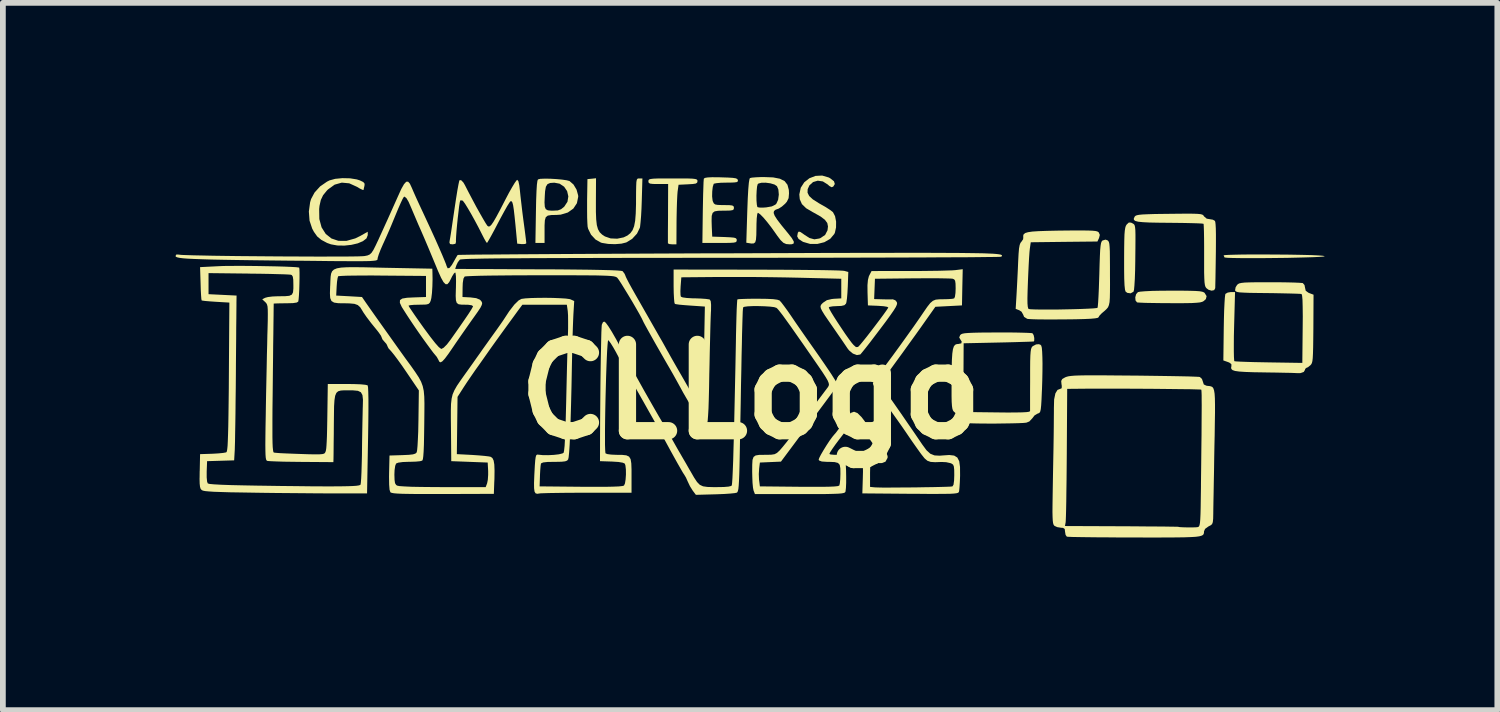
<source format=kicad_pcb>
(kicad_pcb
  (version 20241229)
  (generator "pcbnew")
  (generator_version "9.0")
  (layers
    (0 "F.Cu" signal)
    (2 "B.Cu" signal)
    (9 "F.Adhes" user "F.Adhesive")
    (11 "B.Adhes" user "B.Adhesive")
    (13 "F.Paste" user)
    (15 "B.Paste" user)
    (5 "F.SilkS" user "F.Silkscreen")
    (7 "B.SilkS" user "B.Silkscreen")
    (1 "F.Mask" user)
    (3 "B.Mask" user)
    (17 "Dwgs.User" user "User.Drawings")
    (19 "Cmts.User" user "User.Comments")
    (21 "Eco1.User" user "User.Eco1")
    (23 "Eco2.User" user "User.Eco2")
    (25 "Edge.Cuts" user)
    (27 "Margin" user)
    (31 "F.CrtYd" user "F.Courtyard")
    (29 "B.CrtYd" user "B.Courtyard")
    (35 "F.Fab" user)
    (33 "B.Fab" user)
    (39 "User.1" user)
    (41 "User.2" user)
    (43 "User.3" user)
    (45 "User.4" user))
  (footprint "CLLogo"
    (layer "F.Cu")
    (at 9.994 3.755)
    (property "Reference" "CLLogo" (at 0 0 0) (layer "F.SilkS") (effects (font (size 1.5 1.5) (thickness 0.3))))
    (attr board_only exclude_from_pos_files exclude_from_bom)
    (fp_poly (pts (xy 9.098 -2.383) (xy 9.358 -2.381) (xy 9.573 -2.377) (xy 9.742 -2.373) (xy 9.866 -2.367) (xy 9.942 -2.361) (xy 9.97 -2.354) (xy 9.97 -2.352) (xy 9.944 -2.347) (xy 9.876 -2.342) (xy 9.772 -2.337) (xy 9.641 -2.333) (xy 9.487 -2.329) (xy 9.318 -2.325) (xy 9.141 -2.323) (xy 8.963 -2.321) (xy 8.789 -2.32) (xy 8.628 -2.32) (xy 8.485 -2.321) (xy 8.368 -2.323) (xy 8.283 -2.326) (xy 8.236 -2.331) (xy 8.23 -2.333) (xy 8.215 -2.368) (xy 8.215 -2.369) (xy 8.238 -2.373) (xy 8.305 -2.377) (xy 8.41 -2.38) (xy 8.547 -2.383) (xy 8.711 -2.384) (xy 8.897 -2.384)) (stroke (width 0) (type solid)) (fill yes) (layer "F.SilkS"))
    (fp_poly (pts (xy 7.489 -1.755) (xy 7.626 -1.753) (xy 7.726 -1.75) (xy 7.797 -1.745) (xy 7.843 -1.737) (xy 7.871 -1.726) (xy 7.884 -1.717) (xy 7.919 -1.66) (xy 7.906 -1.608) (xy 7.868 -1.574) (xy 7.843 -1.561) (xy 7.804 -1.551) (xy 7.745 -1.545) (xy 7.661 -1.54) (xy 7.543 -1.538) (xy 7.387 -1.537) (xy 7.277 -1.538) (xy 7.119 -1.539) (xy 6.976 -1.541) (xy 6.857 -1.543) (xy 6.768 -1.547) (xy 6.718 -1.55) (xy 6.71 -1.552) (xy 6.684 -1.585) (xy 6.68 -1.64) (xy 6.695 -1.695) (xy 6.726 -1.73) (xy 6.767 -1.738) (xy 6.851 -1.745) (xy 6.972 -1.751) (xy 7.127 -1.754) (xy 7.308 -1.755) (xy 7.31 -1.755)) (stroke (width 0) (type solid)) (fill yes) (layer "F.SilkS"))
    (fp_poly (pts (xy 6.607 -2.937) (xy 6.626 -2.928) (xy 6.644 -2.918) (xy 6.659 -2.907) (xy 6.669 -2.889) (xy 6.676 -2.858) (xy 6.681 -2.808) (xy 6.683 -2.733) (xy 6.683 -2.628) (xy 6.682 -2.486) (xy 6.68 -2.303) (xy 6.68 -2.279) (xy 6.677 -2.107) (xy 6.672 -1.961) (xy 6.665 -1.846) (xy 6.658 -1.77) (xy 6.649 -1.737) (xy 6.599 -1.709) (xy 6.541 -1.717) (xy 6.511 -1.74) (xy 6.501 -1.774) (xy 6.493 -1.848) (xy 6.488 -1.965) (xy 6.486 -2.126) (xy 6.486 -2.313) (xy 6.487 -2.491) (xy 6.489 -2.628) (xy 6.492 -2.729) (xy 6.498 -2.8) (xy 6.506 -2.849) (xy 6.516 -2.881) (xy 6.53 -2.903) (xy 6.53 -2.904) (xy 6.568 -2.939)) (stroke (width 0) (type solid)) (fill yes) (layer "F.SilkS"))
    (fp_poly (pts (xy -1.199 -3.705) (xy -1.088 -3.704) (xy -1.012 -3.701) (xy -0.964 -3.695) (xy -0.938 -3.686) (xy -0.928 -3.673) (xy -0.926 -3.658) (xy -0.932 -3.632) (xy -0.956 -3.616) (xy -1.009 -3.608) (xy -1.091 -3.603) (xy -1.255 -3.595) (xy -1.272 -3.474) (xy -1.277 -3.407) (xy -1.282 -3.303) (xy -1.286 -3.174) (xy -1.289 -3.031) (xy -1.29 -2.956) (xy -1.292 -2.56) (xy -1.365 -2.56) (xy -1.417 -2.565) (xy -1.44 -2.578) (xy -1.44 -2.578) (xy -1.44 -2.607) (xy -1.44 -2.677) (xy -1.44 -2.781) (xy -1.439 -2.911) (xy -1.438 -3.059) (xy -1.438 -3.102) (xy -1.436 -3.608) (xy -1.608 -3.608) (xy -1.698 -3.609) (xy -1.749 -3.615) (xy -1.773 -3.628) (xy -1.779 -3.652) (xy -1.779 -3.656) (xy -1.777 -3.674) (xy -1.766 -3.687) (xy -1.74 -3.695) (xy -1.692 -3.701) (xy -1.615 -3.704) (xy -1.502 -3.705) (xy -1.353 -3.705)) (stroke (width 0) (type solid)) (fill yes) (layer "F.SilkS"))
    (fp_poly (pts (xy -6.963 -3.707) (xy -6.845 -3.688) (xy -6.792 -3.671) (xy -6.732 -3.642) (xy -6.709 -3.613) (xy -6.712 -3.577) (xy -6.724 -3.527) (xy -6.727 -3.505) (xy -6.746 -3.507) (xy -6.794 -3.53) (xy -6.842 -3.559) (xy -6.976 -3.62) (xy -7.106 -3.632) (xy -7.23 -3.597) (xy -7.345 -3.514) (xy -7.365 -3.494) (xy -7.431 -3.413) (xy -7.47 -3.331) (xy -7.493 -3.229) (xy -7.499 -3.173) (xy -7.496 -2.999) (xy -7.457 -2.855) (xy -7.385 -2.741) (xy -7.286 -2.662) (xy -7.165 -2.621) (xy -7.025 -2.62) (xy -6.872 -2.663) (xy -6.784 -2.706) (xy -6.655 -2.779) (xy -6.655 -2.719) (xy -6.677 -2.663) (xy -6.739 -2.615) (xy -6.829 -2.577) (xy -6.94 -2.551) (xy -7.061 -2.538) (xy -7.182 -2.54) (xy -7.294 -2.56) (xy -7.361 -2.584) (xy -7.462 -2.638) (xy -7.533 -2.697) (xy -7.59 -2.777) (xy -7.62 -2.833) (xy -7.666 -2.971) (xy -7.678 -3.13) (xy -7.656 -3.291) (xy -7.64 -3.346) (xy -7.579 -3.46) (xy -7.483 -3.566) (xy -7.363 -3.649) (xy -7.319 -3.671) (xy -7.22 -3.698) (xy -7.095 -3.71)) (stroke (width 0) (type solid)) (fill yes) (layer "F.SilkS"))
    (fp_poly (pts (xy -2.691 -3.298) (xy -2.691 -3.125) (xy -2.686 -2.993) (xy -2.675 -2.895) (xy -2.655 -2.823) (xy -2.625 -2.77) (xy -2.583 -2.729) (xy -2.534 -2.697) (xy -2.436 -2.663) (xy -2.321 -2.658) (xy -2.209 -2.681) (xy -2.143 -2.713) (xy -2.092 -2.754) (xy -2.054 -2.806) (xy -2.027 -2.875) (xy -2.009 -2.969) (xy -1.999 -3.094) (xy -1.994 -3.259) (xy -1.994 -3.333) (xy -1.993 -3.475) (xy -1.991 -3.575) (xy -1.988 -3.641) (xy -1.981 -3.68) (xy -1.97 -3.699) (xy -1.953 -3.705) (xy -1.938 -3.705) (xy -1.883 -3.705) (xy -1.894 -3.321) (xy -1.899 -3.182) (xy -1.906 -3.053) (xy -1.915 -2.946) (xy -1.923 -2.871) (xy -1.927 -2.849) (xy -1.977 -2.746) (xy -2.061 -2.655) (xy -2.163 -2.593) (xy -2.247 -2.572) (xy -2.358 -2.563) (xy -2.476 -2.567) (xy -2.581 -2.584) (xy -2.603 -2.59) (xy -2.697 -2.643) (xy -2.776 -2.728) (xy -2.826 -2.83) (xy -2.835 -2.867) (xy -2.839 -2.925) (xy -2.843 -3.021) (xy -2.844 -3.141) (xy -2.844 -3.276) (xy -2.844 -3.327) (xy -2.838 -3.693) (xy -2.764 -3.7) (xy -2.689 -3.708)) (stroke (width 0) (type solid)) (fill yes) (layer "F.SilkS"))
    (fp_poly (pts (xy -3.486 -3.7) (xy -3.381 -3.694) (xy -3.282 -3.685) (xy -3.2 -3.673) (xy -3.15 -3.66) (xy -3.149 -3.659) (xy -3.08 -3.599) (xy -3.027 -3.51) (xy -3 -3.412) (xy -2.998 -3.388) (xy -3.021 -3.275) (xy -3.083 -3.181) (xy -3.179 -3.113) (xy -3.302 -3.076) (xy -3.373 -3.071) (xy -3.466 -3.069) (xy -3.527 -3.059) (xy -3.562 -3.031) (xy -3.578 -2.977) (xy -3.583 -2.889) (xy -3.583 -2.813) (xy -3.583 -2.584) (xy -3.663 -2.584) (xy -3.742 -2.584) (xy -3.733 -3.126) (xy -3.73 -3.288) (xy -3.584 -3.288) (xy -3.579 -3.213) (xy -3.562 -3.171) (xy -3.526 -3.151) (xy -3.468 -3.145) (xy -3.436 -3.145) (xy -3.353 -3.149) (xy -3.296 -3.17) (xy -3.243 -3.213) (xy -3.24 -3.216) (xy -3.185 -3.3) (xy -3.17 -3.393) (xy -3.191 -3.484) (xy -3.243 -3.561) (xy -3.322 -3.614) (xy -3.413 -3.631) (xy -3.486 -3.626) (xy -3.532 -3.606) (xy -3.56 -3.561) (xy -3.574 -3.482) (xy -3.579 -3.402) (xy -3.584 -3.288) (xy -3.73 -3.288) (xy -3.729 -3.33) (xy -3.723 -3.486) (xy -3.716 -3.597) (xy -3.707 -3.664) (xy -3.697 -3.688) (xy -3.657 -3.698) (xy -3.582 -3.701)) (stroke (width 0) (type solid)) (fill yes) (layer "F.SilkS"))
    (fp_poly (pts (xy 1.356 -3.721) (xy 1.383 -3.705) (xy 1.445 -3.656) (xy 1.46 -3.608) (xy 1.433 -3.564) (xy 1.405 -3.552) (xy 1.366 -3.573) (xy 1.336 -3.6) (xy 1.252 -3.653) (xy 1.164 -3.666) (xy 1.082 -3.642) (xy 1.018 -3.584) (xy 0.988 -3.518) (xy 0.986 -3.457) (xy 1.014 -3.4) (xy 1.078 -3.341) (xy 1.182 -3.275) (xy 1.215 -3.256) (xy 1.303 -3.206) (xy 1.377 -3.158) (xy 1.424 -3.122) (xy 1.429 -3.116) (xy 1.464 -3.049) (xy 1.482 -2.955) (xy 1.481 -2.853) (xy 1.461 -2.762) (xy 1.45 -2.739) (xy 1.379 -2.655) (xy 1.278 -2.597) (xy 1.157 -2.567) (xy 1.031 -2.567) (xy 0.911 -2.602) (xy 0.896 -2.61) (xy 0.83 -2.654) (xy 0.806 -2.699) (xy 0.817 -2.76) (xy 0.819 -2.764) (xy 0.834 -2.782) (xy 0.863 -2.774) (xy 0.917 -2.737) (xy 0.923 -2.732) (xy 1.019 -2.67) (xy 1.104 -2.647) (xy 1.189 -2.661) (xy 1.209 -2.668) (xy 1.291 -2.723) (xy 1.333 -2.804) (xy 1.341 -2.871) (xy 1.329 -2.93) (xy 1.288 -2.986) (xy 1.213 -3.043) (xy 1.098 -3.108) (xy 1.079 -3.118) (xy 0.962 -3.187) (xy 0.888 -3.259) (xy 0.851 -3.343) (xy 0.843 -3.427) (xy 0.868 -3.543) (xy 0.929 -3.638) (xy 1.018 -3.708) (xy 1.125 -3.749) (xy 1.24 -3.755)) (stroke (width 0) (type solid)) (fill yes) (layer "F.SilkS"))
    (fp_poly (pts (xy 7.696 -3.092) (xy 7.768 -3.089) (xy 7.816 -3.084) (xy 7.845 -3.076) (xy 7.862 -3.065) (xy 7.872 -3.049) (xy 7.873 -3.047) (xy 7.921 -3.006) (xy 7.969 -2.998) (xy 8.028 -2.988) (xy 8.063 -2.968) (xy 8.07 -2.948) (xy 8.075 -2.905) (xy 8.079 -2.836) (xy 8.081 -2.737) (xy 8.081 -2.604) (xy 8.08 -2.435) (xy 8.077 -2.226) (xy 8.073 -1.973) (xy 8.069 -1.798) (xy 8.05 -1.764) (xy 8.005 -1.755) (xy 7.952 -1.771) (xy 7.914 -1.8) (xy 7.9 -1.82) (xy 7.89 -1.851) (xy 7.883 -1.899) (xy 7.879 -1.972) (xy 7.876 -2.074) (xy 7.876 -2.213) (xy 7.876 -2.374) (xy 7.876 -2.53) (xy 7.875 -2.669) (xy 7.873 -2.783) (xy 7.87 -2.867) (xy 7.867 -2.912) (xy 7.865 -2.917) (xy 7.838 -2.921) (xy 7.769 -2.925) (xy 7.666 -2.928) (xy 7.534 -2.931) (xy 7.381 -2.933) (xy 7.279 -2.934) (xy 7.081 -2.936) (xy 6.926 -2.939) (xy 6.811 -2.945) (xy 6.731 -2.953) (xy 6.681 -2.966) (xy 6.657 -2.984) (xy 6.654 -3.007) (xy 6.667 -3.036) (xy 6.67 -3.042) (xy 6.683 -3.055) (xy 6.706 -3.065) (xy 6.746 -3.073) (xy 6.807 -3.079) (xy 6.898 -3.083) (xy 7.022 -3.087) (xy 7.187 -3.089) (xy 7.272 -3.09) (xy 7.454 -3.092) (xy 7.593 -3.093)) (stroke (width 0) (type solid)) (fill yes) (layer "F.SilkS"))
    (fp_poly (pts (xy -0.55 -3.725) (xy -0.519 -3.724) (xy -0.395 -3.72) (xy -0.312 -3.715) (xy -0.261 -3.707) (xy -0.235 -3.695) (xy -0.225 -3.677) (xy -0.224 -3.675) (xy -0.225 -3.654) (xy -0.244 -3.641) (xy -0.289 -3.635) (xy -0.37 -3.632) (xy -0.423 -3.632) (xy -0.519 -3.63) (xy -0.595 -3.623) (xy -0.639 -3.614) (xy -0.644 -3.611) (xy -0.661 -3.558) (xy -0.67 -3.479) (xy -0.672 -3.393) (xy -0.664 -3.323) (xy -0.659 -3.306) (xy -0.643 -3.272) (xy -0.619 -3.253) (xy -0.575 -3.245) (xy -0.498 -3.242) (xy -0.464 -3.242) (xy -0.374 -3.241) (xy -0.322 -3.235) (xy -0.299 -3.221) (xy -0.293 -3.197) (xy -0.293 -3.193) (xy -0.297 -3.168) (xy -0.317 -3.154) (xy -0.362 -3.147) (xy -0.443 -3.145) (xy -0.475 -3.145) (xy -0.567 -3.143) (xy -0.628 -3.133) (xy -0.663 -3.106) (xy -0.679 -3.054) (xy -0.681 -2.968) (xy -0.678 -2.864) (xy -0.67 -2.694) (xy -0.457 -2.687) (xy -0.354 -2.682) (xy -0.291 -2.676) (xy -0.258 -2.665) (xy -0.245 -2.647) (xy -0.244 -2.632) (xy -0.247 -2.612) (xy -0.261 -2.598) (xy -0.295 -2.59) (xy -0.356 -2.586) (xy -0.453 -2.584) (xy -0.542 -2.584) (xy -0.841 -2.584) (xy -0.834 -3.126) (xy -0.831 -3.285) (xy -0.828 -3.429) (xy -0.824 -3.549) (xy -0.821 -3.639) (xy -0.817 -3.691) (xy -0.816 -3.7) (xy -0.798 -3.714) (xy -0.752 -3.722) (xy -0.671 -3.726)) (stroke (width 0) (type solid)) (fill yes) (layer "F.SilkS"))
    (fp_poly (pts (xy 0.387 -3.723) (xy 0.505 -3.7) (xy 0.587 -3.659) (xy 0.637 -3.595) (xy 0.661 -3.505) (xy 0.664 -3.446) (xy 0.657 -3.363) (xy 0.627 -3.301) (xy 0.597 -3.266) (xy 0.54 -3.216) (xy 0.487 -3.182) (xy 0.477 -3.178) (xy 0.43 -3.161) (xy 0.403 -3.138) (xy 0.397 -3.105) (xy 0.415 -3.057) (xy 0.459 -2.988) (xy 0.531 -2.894) (xy 0.633 -2.769) (xy 0.645 -2.755) (xy 0.713 -2.668) (xy 0.746 -2.611) (xy 0.747 -2.577) (xy 0.716 -2.562) (xy 0.675 -2.56) (xy 0.615 -2.565) (xy 0.566 -2.587) (xy 0.517 -2.634) (xy 0.457 -2.713) (xy 0.437 -2.742) (xy 0.363 -2.846) (xy 0.289 -2.942) (xy 0.222 -3.022) (xy 0.166 -3.079) (xy 0.129 -3.106) (xy 0.12 -3.107) (xy 0.111 -3.078) (xy 0.103 -3.011) (xy 0.099 -2.918) (xy 0.098 -2.841) (xy 0.096 -2.721) (xy 0.09 -2.642) (xy 0.077 -2.596) (xy 0.051 -2.576) (xy 0.011 -2.574) (xy -0.021 -2.579) (xy -0.078 -2.588) (xy -0.061 -3.14) (xy -0.053 -3.351) (xy -0.05 -3.406) (xy 0.098 -3.406) (xy 0.099 -3.32) (xy 0.105 -3.249) (xy 0.114 -3.209) (xy 0.116 -3.207) (xy 0.148 -3.199) (xy 0.213 -3.198) (xy 0.268 -3.202) (xy 0.365 -3.219) (xy 0.426 -3.249) (xy 0.445 -3.268) (xy 0.475 -3.335) (xy 0.487 -3.424) (xy 0.479 -3.512) (xy 0.455 -3.57) (xy 0.412 -3.599) (xy 0.341 -3.62) (xy 0.26 -3.631) (xy 0.185 -3.63) (xy 0.132 -3.616) (xy 0.12 -3.605) (xy 0.109 -3.564) (xy 0.102 -3.493) (xy 0.098 -3.406) (xy -0.05 -3.406) (xy -0.044 -3.514) (xy -0.034 -3.628) (xy -0.023 -3.694) (xy -0.015 -3.711) (xy 0.02 -3.719) (xy 0.092 -3.725) (xy 0.186 -3.729) (xy 0.226 -3.729)) (stroke (width 0) (type solid)) (fill yes) (layer "F.SilkS"))
    (fp_poly (pts (xy -4.038 -3.657) (xy -4.022 -3.585) (xy -4.011 -3.492) (xy -4.001 -3.395) (xy -3.986 -3.266) (xy -3.969 -3.121) (xy -3.95 -2.974) (xy -3.947 -2.952) (xy -3.93 -2.826) (xy -3.916 -2.717) (xy -3.906 -2.634) (xy -3.901 -2.586) (xy -3.9 -2.579) (xy -3.921 -2.566) (xy -3.973 -2.564) (xy -3.979 -2.564) (xy -4.058 -2.572) (xy -4.088 -2.889) (xy -4.104 -3.045) (xy -4.117 -3.159) (xy -4.129 -3.237) (xy -4.141 -3.284) (xy -4.154 -3.306) (xy -4.169 -3.311) (xy -4.173 -3.309) (xy -4.193 -3.286) (xy -4.231 -3.226) (xy -4.281 -3.137) (xy -4.341 -3.027) (xy -4.386 -2.942) (xy -4.448 -2.823) (xy -4.503 -2.721) (xy -4.547 -2.642) (xy -4.575 -2.595) (xy -4.584 -2.584) (xy -4.6 -2.604) (xy -4.631 -2.658) (xy -4.67 -2.734) (xy -4.677 -2.748) (xy -4.734 -2.86) (xy -4.796 -2.976) (xy -4.858 -3.088) (xy -4.916 -3.187) (xy -4.964 -3.265) (xy -4.998 -3.311) (xy -5.007 -3.32) (xy -5.041 -3.325) (xy -5.048 -3.32) (xy -5.056 -3.291) (xy -5.067 -3.223) (xy -5.078 -3.129) (xy -5.091 -3.018) (xy -5.103 -2.902) (xy -5.113 -2.791) (xy -5.12 -2.696) (xy -5.123 -2.628) (xy -5.122 -2.602) (xy -5.131 -2.57) (xy -5.177 -2.56) (xy -5.18 -2.56) (xy -5.225 -2.565) (xy -5.236 -2.593) (xy -5.231 -2.627) (xy -5.222 -2.678) (xy -5.208 -2.764) (xy -5.192 -2.873) (xy -5.179 -2.962) (xy -5.148 -3.173) (xy -5.121 -3.352) (xy -5.098 -3.495) (xy -5.079 -3.599) (xy -5.066 -3.659) (xy -5.06 -3.674) (xy -5.032 -3.674) (xy -4.994 -3.635) (xy -4.967 -3.589) (xy -4.905 -3.468) (xy -4.838 -3.341) (xy -4.771 -3.215) (xy -4.706 -3.099) (xy -4.649 -2.999) (xy -4.605 -2.925) (xy -4.577 -2.883) (xy -4.572 -2.878) (xy -4.553 -2.869) (xy -4.532 -2.875) (xy -4.505 -2.902) (xy -4.47 -2.953) (xy -4.423 -3.034) (xy -4.361 -3.149) (xy -4.282 -3.302) (xy -4.266 -3.333) (xy -4.204 -3.451) (xy -4.147 -3.552) (xy -4.101 -3.628) (xy -4.069 -3.672) (xy -4.058 -3.681)) (stroke (width 0) (type solid)) (fill yes) (layer "F.SilkS"))
    (fp_poly (pts (xy 9.179 -1.901) (xy 9.322 -1.899) (xy 9.441 -1.896) (xy 9.531 -1.892) (xy 9.582 -1.888) (xy 9.59 -1.887) (xy 9.62 -1.853) (xy 9.629 -1.807) (xy 9.641 -1.754) (xy 9.687 -1.72) (xy 9.703 -1.713) (xy 9.777 -1.685) (xy 9.774 -1.096) (xy 9.772 -0.911) (xy 9.77 -0.767) (xy 9.767 -0.661) (xy 9.763 -0.584) (xy 9.757 -0.532) (xy 9.748 -0.497) (xy 9.736 -0.475) (xy 9.724 -0.461) (xy 9.681 -0.426) (xy 9.653 -0.414) (xy 9.631 -0.395) (xy 9.629 -0.38) (xy 9.607 -0.343) (xy 9.551 -0.323) (xy 9.499 -0.322) (xy 9.459 -0.324) (xy 9.379 -0.327) (xy 9.266 -0.329) (xy 9.129 -0.332) (xy 8.975 -0.334) (xy 8.924 -0.335) (xy 8.736 -0.338) (xy 8.592 -0.343) (xy 8.486 -0.35) (xy 8.414 -0.36) (xy 8.37 -0.375) (xy 8.349 -0.395) (xy 8.345 -0.421) (xy 8.35 -0.443) (xy 8.349 -0.479) (xy 8.313 -0.506) (xy 8.287 -0.516) (xy 8.21 -0.543) (xy 8.217 -1.106) (xy 8.22 -1.268) (xy 8.224 -1.415) (xy 8.23 -1.538) (xy 8.236 -1.632) (xy 8.243 -1.688) (xy 8.247 -1.7) (xy 8.286 -1.722) (xy 8.341 -1.731) (xy 8.413 -1.731) (xy 8.397 -1.136) (xy 8.393 -0.971) (xy 8.392 -0.823) (xy 8.392 -0.698) (xy 8.394 -0.603) (xy 8.398 -0.545) (xy 8.401 -0.53) (xy 8.431 -0.526) (xy 8.502 -0.522) (xy 8.607 -0.518) (xy 8.741 -0.514) (xy 8.895 -0.511) (xy 9.002 -0.509) (xy 9.582 -0.5) (xy 9.588 -1.093) (xy 9.59 -1.309) (xy 9.588 -1.476) (xy 9.585 -1.596) (xy 9.578 -1.669) (xy 9.569 -1.697) (xy 9.569 -1.697) (xy 9.538 -1.7) (xy 9.466 -1.703) (xy 9.359 -1.706) (xy 9.225 -1.709) (xy 9.072 -1.712) (xy 8.983 -1.713) (xy 8.803 -1.715) (xy 8.666 -1.717) (xy 8.566 -1.721) (xy 8.497 -1.725) (xy 8.453 -1.732) (xy 8.429 -1.741) (xy 8.417 -1.753) (xy 8.414 -1.763) (xy 8.423 -1.814) (xy 8.448 -1.854) (xy 8.465 -1.87) (xy 8.489 -1.882) (xy 8.526 -1.89) (xy 8.582 -1.896) (xy 8.665 -1.899) (xy 8.78 -1.901) (xy 8.935 -1.901) (xy 9.021 -1.901)) (stroke (width 0) (type solid)) (fill yes) (layer "F.SilkS"))
    (fp_poly (pts (xy 4.586 -1.028) (xy 4.715 -1.025) (xy 4.814 -1.022) (xy 4.877 -1.018) (xy 4.895 -1.014) (xy 4.914 -0.983) (xy 4.925 -0.932) (xy 4.924 -0.886) (xy 4.918 -0.873) (xy 4.893 -0.871) (xy 4.826 -0.868) (xy 4.723 -0.865) (xy 4.592 -0.861) (xy 4.438 -0.857) (xy 4.305 -0.854) (xy 3.698 -0.841) (xy 3.695 -0.244) (xy 3.693 0.353) (xy 4.272 0.36) (xy 4.462 0.362) (xy 4.609 0.361) (xy 4.716 0.359) (xy 4.789 0.355) (xy 4.832 0.349) (xy 4.85 0.34) (xy 4.852 0.336) (xy 4.852 0.303) (xy 4.852 0.229) (xy 4.852 0.122) (xy 4.852 -0.012) (xy 4.853 -0.163) (xy 4.853 -0.223) (xy 4.853 -0.397) (xy 4.854 -0.53) (xy 4.857 -0.626) (xy 4.862 -0.694) (xy 4.869 -0.739) (xy 4.879 -0.767) (xy 4.893 -0.786) (xy 4.899 -0.791) (xy 4.956 -0.821) (xy 5.001 -0.825) (xy 5.028 -0.818) (xy 5.046 -0.801) (xy 5.056 -0.763) (xy 5.062 -0.695) (xy 5.066 -0.597) (xy 5.068 -0.49) (xy 5.067 -0.351) (xy 5.064 -0.195) (xy 5.059 -0.04) (xy 5.057 -0.006) (xy 5.051 0.136) (xy 5.045 0.236) (xy 5.038 0.303) (xy 5.029 0.344) (xy 5.016 0.366) (xy 4.998 0.376) (xy 4.982 0.381) (xy 4.929 0.413) (xy 4.894 0.459) (xy 4.84 0.517) (xy 4.788 0.538) (xy 4.739 0.543) (xy 4.652 0.547) (xy 4.536 0.55) (xy 4.402 0.552) (xy 4.259 0.554) (xy 4.116 0.554) (xy 3.984 0.553) (xy 3.871 0.551) (xy 3.787 0.548) (xy 3.742 0.543) (xy 3.742 0.543) (xy 3.667 0.508) (xy 3.633 0.453) (xy 3.632 0.436) (xy 3.618 0.398) (xy 3.599 0.39) (xy 3.559 0.373) (xy 3.526 0.345) (xy 3.512 0.325) (xy 3.502 0.294) (xy 3.495 0.247) (xy 3.49 0.176) (xy 3.488 0.075) (xy 3.488 -0.062) (xy 3.488 -0.222) (xy 3.49 -0.41) (xy 3.494 -0.555) (xy 3.501 -0.663) (xy 3.512 -0.738) (xy 3.528 -0.787) (xy 3.55 -0.815) (xy 3.579 -0.827) (xy 3.607 -0.829) (xy 3.658 -0.84) (xy 3.664 -0.872) (xy 3.644 -0.902) (xy 3.621 -0.942) (xy 3.637 -0.982) (xy 3.639 -0.984) (xy 3.653 -0.997) (xy 3.676 -1.007) (xy 3.716 -1.015) (xy 3.777 -1.02) (xy 3.865 -1.024) (xy 3.987 -1.027) (xy 4.149 -1.028) (xy 4.268 -1.029) (xy 4.435 -1.029)) (stroke (width 0) (type solid)) (fill yes) (layer "F.SilkS"))
    (fp_poly (pts (xy 5.856 -2.8) (xy 5.934 -2.797) (xy 5.987 -2.792) (xy 6.02 -2.784) (xy 6.039 -2.773) (xy 6.045 -2.767) (xy 6.064 -2.724) (xy 6.05 -2.669) (xy 6.022 -2.609) (xy 5.443 -2.603) (xy 4.864 -2.596) (xy 4.848 -2.486) (xy 4.842 -2.427) (xy 4.835 -2.329) (xy 4.828 -2.202) (xy 4.821 -2.057) (xy 4.815 -1.917) (xy 4.809 -1.748) (xy 4.806 -1.623) (xy 4.807 -1.534) (xy 4.812 -1.477) (xy 4.82 -1.446) (xy 4.828 -1.437) (xy 4.86 -1.432) (xy 4.933 -1.429) (xy 5.036 -1.427) (xy 5.163 -1.427) (xy 5.305 -1.427) (xy 5.454 -1.43) (xy 5.601 -1.433) (xy 5.738 -1.437) (xy 5.857 -1.442) (xy 5.95 -1.447) (xy 6.008 -1.453) (xy 6.024 -1.457) (xy 6.029 -1.486) (xy 6.035 -1.556) (xy 6.041 -1.66) (xy 6.047 -1.792) (xy 6.052 -1.945) (xy 6.055 -2.035) (xy 6.06 -2.218) (xy 6.065 -2.358) (xy 6.07 -2.462) (xy 6.077 -2.534) (xy 6.085 -2.582) (xy 6.096 -2.61) (xy 6.109 -2.626) (xy 6.109 -2.626) (xy 6.163 -2.642) (xy 6.195 -2.631) (xy 6.209 -2.62) (xy 6.221 -2.601) (xy 6.229 -2.569) (xy 6.234 -2.516) (xy 6.238 -2.437) (xy 6.239 -2.326) (xy 6.24 -2.176) (xy 6.24 -2.047) (xy 6.241 -1.869) (xy 6.24 -1.732) (xy 6.238 -1.631) (xy 6.233 -1.557) (xy 6.222 -1.505) (xy 6.206 -1.466) (xy 6.181 -1.436) (xy 6.148 -1.405) (xy 6.104 -1.368) (xy 6.097 -1.362) (xy 6.057 -1.32) (xy 6.041 -1.292) (xy 6.025 -1.282) (xy 5.98 -1.274) (xy 5.904 -1.267) (xy 5.791 -1.262) (xy 5.637 -1.258) (xy 5.447 -1.256) (xy 5.28 -1.255) (xy 5.126 -1.255) (xy 4.994 -1.256) (xy 4.89 -1.259) (xy 4.822 -1.263) (xy 4.802 -1.266) (xy 4.748 -1.3) (xy 4.733 -1.337) (xy 4.704 -1.389) (xy 4.664 -1.415) (xy 4.602 -1.439) (xy 4.617 -1.688) (xy 4.624 -1.817) (xy 4.632 -1.973) (xy 4.64 -2.135) (xy 4.645 -2.255) (xy 4.652 -2.391) (xy 4.66 -2.486) (xy 4.671 -2.548) (xy 4.685 -2.585) (xy 4.7 -2.603) (xy 4.731 -2.648) (xy 4.734 -2.679) (xy 4.733 -2.711) (xy 4.742 -2.737) (xy 4.769 -2.757) (xy 4.817 -2.771) (xy 4.892 -2.782) (xy 4.999 -2.789) (xy 5.142 -2.794) (xy 5.327 -2.798) (xy 5.411 -2.799) (xy 5.6 -2.801) (xy 5.747 -2.801)) (stroke (width 0) (type solid)) (fill yes) (layer "F.SilkS"))
    (fp_poly (pts (xy 6.133 -0.284) (xy 6.345 -0.282) (xy 6.601 -0.28) (xy 6.653 -0.28) (xy 6.882 -0.277) (xy 7.097 -0.274) (xy 7.292 -0.271) (xy 7.463 -0.268) (xy 7.605 -0.265) (xy 7.712 -0.261) (xy 7.78 -0.258) (xy 7.802 -0.255) (xy 7.838 -0.222) (xy 7.854 -0.176) (xy 7.87 -0.126) (xy 7.913 -0.105) (xy 7.934 -0.101) (xy 7.968 -0.098) (xy 7.996 -0.092) (xy 8.019 -0.081) (xy 8.036 -0.059) (xy 8.049 -0.021) (xy 8.058 0.035) (xy 8.063 0.116) (xy 8.065 0.224) (xy 8.065 0.365) (xy 8.062 0.544) (xy 8.059 0.763) (xy 8.055 0.937) (xy 8.051 1.16) (xy 8.048 1.374) (xy 8.044 1.574) (xy 8.041 1.754) (xy 8.038 1.905) (xy 8.036 2.023) (xy 8.035 2.099) (xy 8.035 2.109) (xy 8.033 2.206) (xy 8.027 2.266) (xy 8.014 2.301) (xy 7.989 2.322) (xy 7.953 2.34) (xy 7.892 2.384) (xy 7.874 2.427) (xy 7.873 2.451) (xy 7.868 2.472) (xy 7.856 2.489) (xy 7.831 2.502) (xy 7.79 2.513) (xy 7.73 2.521) (xy 7.645 2.526) (xy 7.533 2.53) (xy 7.388 2.532) (xy 7.208 2.533) (xy 6.987 2.534) (xy 6.723 2.533) (xy 6.668 2.533) (xy 6.436 2.533) (xy 6.218 2.531) (xy 6.019 2.53) (xy 5.845 2.528) (xy 5.7 2.526) (xy 5.589 2.524) (xy 5.518 2.521) (xy 5.491 2.519) (xy 5.469 2.488) (xy 5.46 2.436) (xy 5.454 2.385) (xy 5.424 2.366) (xy 5.392 2.364) (xy 5.324 2.353) (xy 5.282 2.334) (xy 5.458 2.334) (xy 6.439 2.338) (xy 6.653 2.339) (xy 6.851 2.341) (xy 7.028 2.342) (xy 7.179 2.343) (xy 7.298 2.345) (xy 7.381 2.346) (xy 7.423 2.347) (xy 7.426 2.348) (xy 7.454 2.353) (xy 7.515 2.356) (xy 7.592 2.358) (xy 7.671 2.358) (xy 7.735 2.356) (xy 7.764 2.353) (xy 7.778 2.348) (xy 7.789 2.337) (xy 7.797 2.315) (xy 7.804 2.277) (xy 7.809 2.216) (xy 7.813 2.129) (xy 7.816 2.01) (xy 7.818 1.854) (xy 7.821 1.655) (xy 7.821 1.604) (xy 7.825 1.273) (xy 7.828 0.988) (xy 7.831 0.746) (xy 7.832 0.543) (xy 7.833 0.376) (xy 7.834 0.242) (xy 7.833 0.139) (xy 7.833 0.063) (xy 7.831 0.01) (xy 7.829 -0.021) (xy 7.826 -0.035) (xy 7.825 -0.036) (xy 7.798 -0.038) (xy 7.729 -0.04) (xy 7.623 -0.043) (xy 7.487 -0.044) (xy 7.326 -0.046) (xy 7.146 -0.048) (xy 6.954 -0.05) (xy 6.756 -0.051) (xy 6.557 -0.052) (xy 6.364 -0.053) (xy 6.182 -0.053) (xy 6.018 -0.053) (xy 5.879 -0.052) (xy 5.826 -0.052) (xy 5.497 -0.049) (xy 5.49 1.079) (xy 5.488 1.311) (xy 5.486 1.529) (xy 5.483 1.729) (xy 5.481 1.906) (xy 5.478 2.053) (xy 5.475 2.167) (xy 5.472 2.241) (xy 5.47 2.27) (xy 5.458 2.334) (xy 5.282 2.334) (xy 5.278 2.332) (xy 5.267 2.321) (xy 5.258 2.305) (xy 5.251 2.278) (xy 5.246 2.237) (xy 5.243 2.175) (xy 5.241 2.089) (xy 5.242 1.973) (xy 5.244 1.822) (xy 5.247 1.633) (xy 5.251 1.399) (xy 5.251 1.399) (xy 5.255 1.184) (xy 5.259 0.975) (xy 5.262 0.78) (xy 5.264 0.605) (xy 5.265 0.459) (xy 5.266 0.347) (xy 5.266 0.285) (xy 5.27 0.134) (xy 5.292 0.029) (xy 5.329 -0.031) (xy 5.377 -0.049) (xy 5.401 -0.06) (xy 5.403 -0.1) (xy 5.398 -0.13) (xy 5.393 -0.186) (xy 5.411 -0.22) (xy 5.463 -0.25) (xy 5.466 -0.251) (xy 5.49 -0.26) (xy 5.522 -0.268) (xy 5.567 -0.274) (xy 5.628 -0.279) (xy 5.711 -0.282) (xy 5.82 -0.284) (xy 5.959 -0.284)) (stroke (width 0) (type solid)) (fill yes) (layer "F.SilkS"))
    (fp_poly (pts (xy -8.729 -2.185) (xy -8.563 -2.183) (xy -8.398 -2.18) (xy -8.242 -2.177) (xy -8.102 -2.173) (xy -7.985 -2.168) (xy -7.899 -2.163) (xy -7.852 -2.157) (xy -7.846 -2.155) (xy -7.842 -2.129) (xy -7.84 -2.066) (xy -7.84 -1.978) (xy -7.842 -1.876) (xy -7.845 -1.772) (xy -7.85 -1.678) (xy -7.856 -1.606) (xy -7.862 -1.566) (xy -7.888 -1.549) (xy -7.953 -1.539) (xy -8.063 -1.536) (xy -8.08 -1.536) (xy -8.174 -1.535) (xy -8.246 -1.533) (xy -8.285 -1.531) (xy -8.289 -1.53) (xy -8.289 -1.505) (xy -8.29 -1.436) (xy -8.291 -1.327) (xy -8.293 -1.183) (xy -8.295 -1.008) (xy -8.298 -0.808) (xy -8.3 -0.585) (xy -8.303 -0.346) (xy -8.304 -0.238) (xy -8.307 0.05) (xy -8.31 0.293) (xy -8.311 0.495) (xy -8.311 0.659) (xy -8.311 0.789) (xy -8.309 0.889) (xy -8.306 0.962) (xy -8.301 1.011) (xy -8.296 1.041) (xy -8.289 1.056) (xy -8.285 1.058) (xy -8.251 1.062) (xy -8.176 1.068) (xy -8.07 1.073) (xy -7.942 1.078) (xy -7.83 1.082) (xy -7.678 1.087) (xy -7.567 1.089) (xy -7.491 1.088) (xy -7.442 1.084) (xy -7.413 1.076) (xy -7.398 1.063) (xy -7.389 1.044) (xy -7.387 1.04) (xy -7.381 1.018) (xy -7.376 0.986) (xy -7.372 0.938) (xy -7.368 0.869) (xy -7.364 0.775) (xy -7.361 0.65) (xy -7.358 0.489) (xy -7.355 0.287) (xy -7.353 0.146) (xy -7.349 -0.134) (xy -7.015 -0.134) (xy -6.885 -0.132) (xy -6.777 -0.128) (xy -6.698 -0.12) (xy -6.659 -0.111) (xy -6.657 -0.11) (xy -6.65 -0.078) (xy -6.646 0.002) (xy -6.643 0.13) (xy -6.643 0.304) (xy -6.645 0.524) (xy -6.649 0.789) (xy -6.65 0.841) (xy -6.667 1.767) (xy -7.191 1.767) (xy -7.346 1.767) (xy -7.538 1.766) (xy -7.759 1.764) (xy -7.996 1.762) (xy -8.24 1.76) (xy -8.48 1.757) (xy -8.607 1.755) (xy -8.849 1.751) (xy -9.047 1.748) (xy -9.204 1.743) (xy -9.326 1.739) (xy -9.416 1.733) (xy -9.479 1.727) (xy -9.518 1.719) (xy -9.539 1.709) (xy -9.54 1.709) (xy -9.558 1.688) (xy -9.569 1.653) (xy -9.575 1.597) (xy -9.577 1.509) (xy -9.576 1.489) (xy -9.453 1.489) (xy -9.446 1.562) (xy -9.434 1.594) (xy -9.401 1.603) (xy -9.323 1.61) (xy -9.197 1.617) (xy -9.023 1.623) (xy -8.802 1.628) (xy -8.532 1.633) (xy -8.512 1.633) (xy -8.175 1.638) (xy -7.884 1.641) (xy -7.636 1.644) (xy -7.426 1.645) (xy -7.253 1.645) (xy -7.112 1.644) (xy -7.001 1.642) (xy -6.916 1.639) (xy -6.855 1.635) (xy -6.814 1.629) (xy -6.79 1.622) (xy -6.78 1.615) (xy -6.775 1.582) (xy -6.769 1.509) (xy -6.764 1.401) (xy -6.76 1.266) (xy -6.756 1.113) (xy -6.755 1.03) (xy -6.753 0.855) (xy -6.75 0.681) (xy -6.747 0.521) (xy -6.744 0.385) (xy -6.742 0.284) (xy -6.741 0.262) (xy -6.738 0.14) (xy -6.747 0.059) (xy -6.774 0.01) (xy -6.825 -0.015) (xy -6.909 -0.023) (xy -6.984 -0.024) (xy -7.063 -0.024) (xy -7.123 -0.02) (xy -7.169 -0.007) (xy -7.2 0.021) (xy -7.221 0.071) (xy -7.233 0.146) (xy -7.24 0.254) (xy -7.242 0.4) (xy -7.244 0.581) (xy -7.245 0.74) (xy -7.247 0.885) (xy -7.248 1.008) (xy -7.249 1.102) (xy -7.25 1.158) (xy -7.25 1.166) (xy -7.252 1.224) (xy -7.808 1.22) (xy -7.969 1.218) (xy -8.116 1.216) (xy -8.24 1.212) (xy -8.334 1.208) (xy -8.391 1.204) (xy -8.403 1.201) (xy -8.413 1.194) (xy -8.421 1.177) (xy -8.427 1.146) (xy -8.431 1.096) (xy -8.433 1.024) (xy -8.434 0.923) (xy -8.433 0.79) (xy -8.431 0.62) (xy -8.427 0.409) (xy -8.425 0.27) (xy -8.421 0.041) (xy -8.416 -0.193) (xy -8.411 -0.422) (xy -8.407 -0.637) (xy -8.402 -0.828) (xy -8.399 -0.986) (xy -8.396 -1.077) (xy -8.392 -1.232) (xy -8.391 -1.346) (xy -8.392 -1.426) (xy -8.396 -1.48) (xy -8.405 -1.514) (xy -8.418 -1.538) (xy -8.436 -1.557) (xy -8.488 -1.605) (xy -8.438 -1.631) (xy -8.39 -1.644) (xy -8.31 -1.654) (xy -8.214 -1.658) (xy -8.206 -1.658) (xy -8.091 -1.659) (xy -8.017 -1.666) (xy -7.973 -1.687) (xy -7.953 -1.727) (xy -7.947 -1.793) (xy -7.947 -1.854) (xy -7.949 -1.945) (xy -7.957 -1.998) (xy -7.973 -2.024) (xy -7.989 -2.032) (xy -8.024 -2.035) (xy -8.101 -2.039) (xy -8.213 -2.042) (xy -8.354 -2.046) (xy -8.518 -2.049) (xy -8.697 -2.051) (xy -8.727 -2.052) (xy -9.421 -2.06) (xy -9.421 -1.877) (xy -9.421 -1.694) (xy -9.178 -1.682) (xy -8.934 -1.67) (xy -8.936 -1.548) (xy -8.936 -1.499) (xy -8.937 -1.406) (xy -8.938 -1.276) (xy -8.94 -1.114) (xy -8.941 -0.925) (xy -8.943 -0.715) (xy -8.945 -0.489) (xy -8.946 -0.305) (xy -8.948 -0.068) (xy -8.951 0.16) (xy -8.953 0.374) (xy -8.956 0.567) (xy -8.959 0.733) (xy -8.961 0.867) (xy -8.964 0.963) (xy -8.965 1.005) (xy -8.976 1.193) (xy -9.211 1.2) (xy -9.446 1.207) (xy -9.453 1.387) (xy -9.453 1.489) (xy -9.576 1.489) (xy -9.575 1.382) (xy -9.574 1.38) (xy -9.568 1.085) (xy -9.348 1.078) (xy -9.249 1.072) (xy -9.168 1.064) (xy -9.118 1.055) (xy -9.109 1.05) (xy -9.102 1.034) (xy -9.096 0.998) (xy -9.09 0.94) (xy -9.086 0.856) (xy -9.082 0.743) (xy -9.078 0.598) (xy -9.075 0.419) (xy -9.072 0.201) (xy -9.069 -0.057) (xy -9.067 -0.36) (xy -9.066 -0.536) (xy -9.059 -1.548) (xy -9.295 -1.562) (xy -9.397 -1.569) (xy -9.479 -1.576) (xy -9.53 -1.583) (xy -9.541 -1.586) (xy -9.546 -1.613) (xy -9.551 -1.679) (xy -9.556 -1.773) (xy -9.559 -1.88) (xy -9.568 -2.164) (xy -9.251 -2.18) (xy -9.157 -2.184) (xy -9.033 -2.185) (xy -8.888 -2.186)) (stroke (width 0) (type solid)) (fill yes) (layer "F.SilkS"))
    (fp_poly (pts (xy -5.923 -3.614) (xy -5.89 -3.543) (xy -5.889 -3.541) (xy -5.86 -3.473) (xy -5.816 -3.374) (xy -5.763 -3.258) (xy -5.71 -3.145) (xy -5.632 -2.977) (xy -5.555 -2.811) (xy -5.482 -2.651) (xy -5.417 -2.504) (xy -5.362 -2.378) (xy -5.32 -2.277) (xy -5.293 -2.21) (xy -5.286 -2.186) (xy -5.267 -2.144) (xy -5.236 -2.149) (xy -5.194 -2.201) (xy -5.167 -2.248) (xy -5.13 -2.314) (xy -5.102 -2.362) (xy -5.092 -2.375) (xy -5.067 -2.377) (xy -4.995 -2.378) (xy -4.879 -2.38) (xy -4.722 -2.382) (xy -4.525 -2.383) (xy -4.291 -2.385) (xy -4.023 -2.387) (xy -3.722 -2.389) (xy -3.392 -2.391) (xy -3.034 -2.393) (xy -2.651 -2.395) (xy -2.245 -2.397) (xy -1.818 -2.399) (xy -1.374 -2.401) (xy -0.913 -2.403) (xy -0.44 -2.404) (xy -0.373 -2.404) (xy 0.195 -2.406) (xy 0.717 -2.408) (xy 1.194 -2.41) (xy 1.628 -2.411) (xy 2.021 -2.412) (xy 2.375 -2.412) (xy 2.693 -2.413) (xy 2.975 -2.413) (xy 3.225 -2.412) (xy 3.443 -2.411) (xy 3.632 -2.41) (xy 3.795 -2.408) (xy 3.932 -2.406) (xy 4.046 -2.404) (xy 4.139 -2.4) (xy 4.213 -2.397) (xy 4.27 -2.392) (xy 4.311 -2.387) (xy 4.339 -2.382) (xy 4.356 -2.375) (xy 4.364 -2.368) (xy 4.364 -2.361) (xy 4.359 -2.353) (xy 4.352 -2.345) (xy 4.326 -2.343) (xy 4.254 -2.341) (xy 4.138 -2.34) (xy 3.98 -2.338) (xy 3.783 -2.336) (xy 3.549 -2.335) (xy 3.28 -2.334) (xy 2.98 -2.332) (xy 2.649 -2.331) (xy 2.291 -2.33) (xy 1.908 -2.329) (xy 1.503 -2.328) (xy 1.077 -2.327) (xy 0.633 -2.327) (xy 0.173 -2.326) (xy -0.3 -2.326) (xy -0.342 -2.326) (xy -0.927 -2.326) (xy -1.466 -2.325) (xy -1.959 -2.325) (xy -2.408 -2.324) (xy -2.815 -2.323) (xy -3.182 -2.322) (xy -3.511 -2.321) (xy -3.802 -2.32) (xy -4.058 -2.318) (xy -4.281 -2.317) (xy -4.471 -2.315) (xy -4.632 -2.313) (xy -4.764 -2.31) (xy -4.869 -2.308) (xy -4.949 -2.305) (xy -5.005 -2.301) (xy -5.04 -2.298) (xy -5.055 -2.294) (xy -5.055 -2.294) (xy -5.09 -2.249) (xy -5.114 -2.199) (xy -5.136 -2.133) (xy -3.698 -2.126) (xy -3.352 -2.125) (xy -3.055 -2.122) (xy -2.804 -2.119) (xy -2.6 -2.115) (xy -2.441 -2.111) (xy -2.326 -2.106) (xy -2.255 -2.1) (xy -2.227 -2.094) (xy -2.193 -2.049) (xy -2.18 -2.019) (xy -2.17 -1.993) (xy -2.15 -1.952) (xy -2.119 -1.892) (xy -2.073 -1.808) (xy -2.01 -1.696) (xy -1.927 -1.551) (xy -1.823 -1.368) (xy -1.821 -1.365) (xy -1.723 -1.193) (xy -1.646 -1.058) (xy -1.586 -0.953) (xy -1.54 -0.874) (xy -1.506 -0.813) (xy -1.48 -0.766) (xy -1.458 -0.726) (xy -1.437 -0.689) (xy -1.433 -0.683) (xy -1.399 -0.621) (xy -1.347 -0.529) (xy -1.283 -0.417) (xy -1.213 -0.296) (xy -1.19 -0.256) (xy -1.119 -0.132) (xy -1.05 -0.011) (xy -0.99 0.095) (xy -0.947 0.174) (xy -0.938 0.191) (xy -0.898 0.26) (xy -0.874 0.291) (xy -0.859 0.29) (xy -0.849 0.27) (xy -0.844 0.235) (xy -0.839 0.156) (xy -0.834 0.041) (xy -0.828 -0.105) (xy -0.823 -0.276) (xy -0.818 -0.465) (xy -0.814 -0.63) (xy -0.798 -1.479) (xy -1.048 -1.496) (xy -1.155 -1.504) (xy -1.243 -1.512) (xy -1.302 -1.521) (xy -1.319 -1.525) (xy -1.328 -1.553) (xy -1.334 -1.62) (xy -1.339 -1.716) (xy -1.341 -1.83) (xy -1.341 -2.122) (xy 0.107 -2.12) (xy 0.37 -2.119) (xy 0.62 -2.118) (xy 0.852 -2.116) (xy 1.063 -2.114) (xy 1.246 -2.112) (xy 1.399 -2.109) (xy 1.516 -2.106) (xy 1.593 -2.102) (xy 1.624 -2.099) (xy 1.694 -2.08) (xy 1.685 -1.826) (xy 1.679 -1.716) (xy 1.671 -1.621) (xy 1.661 -1.553) (xy 1.654 -1.53) (xy 1.627 -1.503) (xy 1.573 -1.49) (xy 1.5 -1.487) (xy 1.424 -1.483) (xy 1.371 -1.474) (xy 1.355 -1.466) (xy 1.364 -1.44) (xy 1.395 -1.383) (xy 1.444 -1.303) (xy 1.505 -1.208) (xy 1.572 -1.107) (xy 1.639 -1.007) (xy 1.702 -0.918) (xy 1.755 -0.847) (xy 1.786 -0.811) (xy 1.827 -0.775) (xy 1.858 -0.776) (xy 1.873 -0.786) (xy 1.901 -0.817) (xy 1.951 -0.877) (xy 2.016 -0.958) (xy 2.089 -1.052) (xy 2.166 -1.153) (xy 2.24 -1.251) (xy 2.305 -1.339) (xy 2.355 -1.409) (xy 2.384 -1.453) (xy 2.389 -1.464) (xy 2.367 -1.475) (xy 2.308 -1.485) (xy 2.224 -1.491) (xy 2.212 -1.492) (xy 2.035 -1.499) (xy 2.028 -1.724) (xy 2.027 -1.851) (xy 2.035 -1.941) (xy 2.051 -2.004) (xy 2.06 -2.023) (xy 2.098 -2.096) (xy 2.761 -2.097) (xy 2.944 -2.097) (xy 3.117 -2.099) (xy 3.273 -2.101) (xy 3.403 -2.105) (xy 3.5 -2.108) (xy 3.554 -2.112) (xy 3.682 -2.128) (xy 3.675 -1.813) (xy 3.669 -1.499) (xy 3.438 -1.487) (xy 3.207 -1.475) (xy 3.023 -1.215) (xy 2.949 -1.11) (xy 2.854 -0.977) (xy 2.747 -0.829) (xy 2.638 -0.677) (xy 2.543 -0.547) (xy 2.246 -0.138) (xy 2.403 0.083) (xy 2.499 0.22) (xy 2.612 0.382) (xy 2.733 0.558) (xy 2.853 0.732) (xy 2.961 0.891) (xy 2.98 0.919) (xy 3.053 1.018) (xy 3.119 1.078) (xy 3.191 1.107) (xy 3.281 1.112) (xy 3.33 1.108) (xy 3.448 1.1) (xy 3.533 1.11) (xy 3.588 1.144) (xy 3.621 1.208) (xy 3.635 1.308) (xy 3.636 1.449) (xy 3.636 1.463) (xy 3.632 1.568) (xy 3.626 1.659) (xy 3.62 1.721) (xy 3.617 1.737) (xy 3.611 1.749) (xy 3.597 1.758) (xy 3.57 1.765) (xy 3.526 1.77) (xy 3.46 1.774) (xy 3.366 1.775) (xy 3.24 1.776) (xy 3.077 1.776) (xy 2.872 1.774) (xy 2.771 1.774) (xy 1.938 1.767) (xy 1.946 1.508) (xy 1.949 1.39) (xy 1.948 1.312) (xy 1.941 1.265) (xy 1.929 1.238) (xy 1.912 1.224) (xy 1.88 1.19) (xy 1.888 1.155) (xy 1.931 1.129) (xy 1.983 1.121) (xy 2.072 1.116) (xy 2.15 1.104) (xy 2.203 1.086) (xy 2.218 1.069) (xy 2.204 1.032) (xy 2.165 0.968) (xy 2.109 0.886) (xy 2.043 0.794) (xy 1.973 0.703) (xy 1.907 0.621) (xy 1.851 0.558) (xy 1.812 0.523) (xy 1.803 0.518) (xy 1.78 0.535) (xy 1.735 0.583) (xy 1.675 0.654) (xy 1.606 0.739) (xy 1.536 0.83) (xy 1.47 0.918) (xy 1.415 0.996) (xy 1.378 1.053) (xy 1.365 1.082) (xy 1.387 1.091) (xy 1.443 1.096) (xy 1.486 1.097) (xy 1.566 1.102) (xy 1.611 1.119) (xy 1.632 1.144) (xy 1.642 1.187) (xy 1.65 1.265) (xy 1.655 1.366) (xy 1.657 1.476) (xy 1.657 1.583) (xy 1.653 1.672) (xy 1.646 1.731) (xy 1.643 1.741) (xy 1.634 1.752) (xy 1.614 1.76) (xy 1.577 1.767) (xy 1.519 1.772) (xy 1.435 1.775) (xy 1.32 1.778) (xy 1.168 1.779) (xy 0.976 1.779) (xy 0.85 1.779) (xy 0.072 1.779) (xy 0.048 1.717) (xy 0.038 1.667) (xy 0.03 1.582) (xy 0.026 1.474) (xy 0.024 1.39) (xy 0.025 1.267) (xy 0.03 1.184) (xy 0.048 1.134) (xy 0.084 1.108) (xy 0.145 1.098) (xy 0.238 1.097) (xy 0.265 1.097) (xy 0.355 1.095) (xy 0.413 1.086) (xy 0.455 1.064) (xy 0.498 1.024) (xy 0.504 1.018) (xy 0.554 0.96) (xy 0.624 0.874) (xy 0.706 0.767) (xy 0.794 0.651) (xy 0.878 0.536) (xy 0.919 0.478) (xy 0.96 0.422) (xy 0.99 0.382) (xy 0.994 0.378) (xy 1.016 0.349) (xy 1.06 0.292) (xy 1.119 0.215) (xy 1.183 0.13) (xy 1.246 0.046) (xy 1.3 -0.026) (xy 1.338 -0.076) (xy 1.338 -0.077) (xy 1.352 -0.099) (xy 1.358 -0.122) (xy 1.353 -0.151) (xy 1.336 -0.193) (xy 1.302 -0.252) (xy 1.249 -0.334) (xy 1.174 -0.444) (xy 1.075 -0.587) (xy 1.051 -0.622) (xy 0.908 -0.828) (xy 0.789 -0.998) (xy 0.693 -1.135) (xy 0.616 -1.242) (xy 0.557 -1.324) (xy 0.512 -1.382) (xy 0.48 -1.422) (xy 0.457 -1.447) (xy 0.446 -1.456) (xy 0.407 -1.469) (xy 0.334 -1.478) (xy 0.24 -1.484) (xy 0.136 -1.487) (xy 0.034 -1.487) (xy -0.052 -1.483) (xy -0.112 -1.475) (xy -0.132 -1.466) (xy -0.134 -1.456) (xy -0.137 -1.431) (xy -0.14 -1.389) (xy -0.142 -1.328) (xy -0.145 -1.244) (xy -0.148 -1.136) (xy -0.152 -0.999) (xy -0.155 -0.832) (xy -0.16 -0.632) (xy -0.164 -0.397) (xy -0.17 -0.122) (xy -0.175 0.193) (xy -0.182 0.552) (xy -0.188 0.873) (xy -0.192 1.103) (xy -0.196 1.29) (xy -0.2 1.437) (xy -0.205 1.549) (xy -0.21 1.631) (xy -0.216 1.689) (xy -0.224 1.725) (xy -0.233 1.745) (xy -0.242 1.754) (xy -0.279 1.762) (xy -0.356 1.77) (xy -0.46 1.777) (xy -0.583 1.782) (xy -0.617 1.783) (xy -0.954 1.792) (xy -1.009 1.719) (xy -1.057 1.642) (xy -1.096 1.56) (xy -1.126 1.493) (xy -1.156 1.442) (xy -1.159 1.438) (xy -1.18 1.406) (xy -1.219 1.338) (xy -1.274 1.242) (xy -1.339 1.125) (xy -1.411 0.995) (xy -1.415 0.987) (xy -1.507 0.818) (xy -1.581 0.684) (xy -1.64 0.576) (xy -1.689 0.487) (xy -1.733 0.409) (xy -1.776 0.333) (xy -1.822 0.251) (xy -1.876 0.155) (xy -1.886 0.138) (xy -2.031 -0.118) (xy -2.176 -0.379) (xy -2.331 -0.665) (xy -2.339 -0.681) (xy -2.39 -0.771) (xy -2.434 -0.842) (xy -2.467 -0.886) (xy -2.477 -0.895) (xy -2.483 -0.874) (xy -2.489 -0.81) (xy -2.496 -0.709) (xy -2.502 -0.579) (xy -2.508 -0.425) (xy -2.514 -0.253) (xy -2.519 -0.069) (xy -2.524 0.119) (xy -2.528 0.307) (xy -2.531 0.487) (xy -2.533 0.654) (xy -2.533 0.801) (xy -2.533 0.922) (xy -2.53 1.011) (xy -2.526 1.062) (xy -2.524 1.071) (xy -2.493 1.084) (xy -2.426 1.093) (xy -2.338 1.097) (xy -2.337 1.097) (xy -2.234 1.098) (xy -2.162 1.106) (xy -2.115 1.128) (xy -2.088 1.172) (xy -2.076 1.245) (xy -2.072 1.355) (xy -2.072 1.451) (xy -2.072 1.755) (xy -2.846 1.755) (xy -3.037 1.756) (xy -3.215 1.757) (xy -3.371 1.759) (xy -3.502 1.761) (xy -3.599 1.764) (xy -3.656 1.766) (xy -3.669 1.768) (xy -3.71 1.774) (xy -3.739 1.766) (xy -3.757 1.736) (xy -3.765 1.677) (xy -3.766 1.585) (xy -3.761 1.451) (xy -3.759 1.413) (xy -3.752 1.281) (xy -3.745 1.191) (xy -3.737 1.134) (xy -3.727 1.104) (xy -3.713 1.093) (xy -3.693 1.094) (xy -3.693 1.094) (xy -3.615 1.102) (xy -3.52 1.103) (xy -3.422 1.098) (xy -3.335 1.088) (xy -3.273 1.073) (xy -3.252 1.061) (xy -3.244 1.025) (xy -3.235 0.943) (xy -3.228 0.815) (xy -3.22 0.645) (xy -3.214 0.433) (xy -3.208 0.202) (xy -3.203 -0.013) (xy -3.198 -0.229) (xy -3.193 -0.437) (xy -3.188 -0.627) (xy -3.183 -0.792) (xy -3.179 -0.92) (xy -3.178 -0.963) (xy -3.174 -1.097) (xy -3.174 -1.223) (xy -3.175 -1.327) (xy -3.18 -1.399) (xy -3.181 -1.408) (xy -3.196 -1.511) (xy -3.582 -1.511) (xy -3.968 -1.511) (xy -4.045 -1.408) (xy -4.13 -1.291) (xy -4.231 -1.153) (xy -4.338 -1.005) (xy -4.441 -0.862) (xy -4.529 -0.739) (xy -4.564 -0.689) (xy -4.637 -0.585) (xy -4.716 -0.473) (xy -4.784 -0.378) (xy -4.853 -0.278) (xy -4.931 -0.164) (xy -4.992 -0.071) (xy -5.095 0.09) (xy -5.101 0.587) (xy -5.107 1.085) (xy -4.839 1.099) (xy -4.724 1.107) (xy -4.623 1.116) (xy -4.549 1.125) (xy -4.518 1.132) (xy -4.489 1.153) (xy -4.468 1.196) (xy -4.456 1.266) (xy -4.452 1.371) (xy -4.454 1.517) (xy -4.457 1.576) (xy -4.464 1.775) (xy -5.349 1.778) (xy -5.587 1.778) (xy -5.78 1.778) (xy -5.933 1.776) (xy -6.051 1.774) (xy -6.138 1.77) (xy -6.199 1.765) (xy -6.237 1.758) (xy -6.258 1.75) (xy -6.262 1.746) (xy -6.276 1.703) (xy -6.283 1.614) (xy -6.285 1.478) (xy -6.284 1.41) (xy -6.277 1.109) (xy -6.052 1.102) (xy -5.941 1.097) (xy -5.87 1.089) (xy -5.828 1.076) (xy -5.806 1.056) (xy -5.804 1.052) (xy -5.797 1.016) (xy -5.79 0.939) (xy -5.784 0.829) (xy -5.778 0.693) (xy -5.775 0.541) (xy -5.774 0.494) (xy -5.767 -0.022) (xy -5.98 -0.336) (xy -6.058 -0.45) (xy -6.132 -0.553) (xy -6.195 -0.637) (xy -6.24 -0.693) (xy -6.253 -0.708) (xy -6.295 -0.754) (xy -6.313 -0.791) (xy -6.313 -0.793) (xy -6.33 -0.829) (xy -6.362 -0.865) (xy -6.399 -0.908) (xy -6.411 -0.938) (xy -6.425 -0.972) (xy -6.463 -1.027) (xy -6.49 -1.062) (xy -6.595 -1.191) (xy -6.677 -1.299) (xy -6.732 -1.379) (xy -6.748 -1.406) (xy -6.786 -1.467) (xy -6.828 -1.505) (xy -6.886 -1.526) (xy -6.973 -1.534) (xy -7.056 -1.536) (xy -7.166 -1.537) (xy -7.24 -1.548) (xy -7.285 -1.575) (xy -7.307 -1.627) (xy -7.31 -1.67) (xy -7.203 -1.67) (xy -6.979 -1.658) (xy -6.755 -1.645) (xy -6.687 -1.546) (xy -6.603 -1.426) (xy -6.497 -1.276) (xy -6.377 -1.107) (xy -6.249 -0.927) (xy -6.121 -0.747) (xy -6 -0.578) (xy -5.903 -0.446) (xy -5.828 -0.339) (xy -5.77 -0.251) (xy -5.728 -0.173) (xy -5.7 -0.097) (xy -5.682 -0.014) (xy -5.673 0.085) (xy -5.67 0.207) (xy -5.671 0.36) (xy -5.673 0.554) (xy -5.673 0.559) (xy -5.676 0.762) (xy -5.679 0.92) (xy -5.684 1.038) (xy -5.69 1.121) (xy -5.697 1.172) (xy -5.707 1.196) (xy -5.71 1.198) (xy -5.747 1.208) (xy -5.82 1.215) (xy -5.913 1.218) (xy -5.937 1.218) (xy -6.046 1.222) (xy -6.125 1.233) (xy -6.162 1.248) (xy -6.178 1.288) (xy -6.189 1.364) (xy -6.192 1.442) (xy -6.189 1.534) (xy -6.181 1.589) (xy -6.162 1.62) (xy -6.144 1.632) (xy -6.105 1.64) (xy -6.02 1.646) (xy -5.892 1.652) (xy -5.725 1.655) (xy -5.521 1.657) (xy -5.352 1.658) (xy -4.606 1.658) (xy -4.581 1.592) (xy -4.569 1.532) (xy -4.563 1.446) (xy -4.563 1.379) (xy -4.571 1.231) (xy -4.887 1.219) (xy -5.204 1.207) (xy -5.209 0.646) (xy -5.211 0.464) (xy -5.211 0.322) (xy -5.208 0.211) (xy -5.198 0.122) (xy -5.18 0.046) (xy -5.149 -0.026) (xy -5.105 -0.103) (xy -5.043 -0.194) (xy -4.963 -0.307) (xy -4.912 -0.378) (xy -4.833 -0.489) (xy -4.762 -0.59) (xy -4.704 -0.671) (xy -4.666 -0.726) (xy -4.656 -0.74) (xy -4.626 -0.782) (xy -4.576 -0.852) (xy -4.514 -0.939) (xy -4.473 -0.996) (xy -4.409 -1.085) (xy -4.354 -1.163) (xy -4.315 -1.219) (xy -4.302 -1.238) (xy -4.197 -1.398) (xy -4.107 -1.514) (xy -4.033 -1.586) (xy -3.984 -1.612) (xy -3.917 -1.621) (xy -3.818 -1.627) (xy -3.697 -1.63) (xy -3.565 -1.631) (xy -3.434 -1.629) (xy -3.313 -1.624) (xy -3.215 -1.618) (xy -3.149 -1.609) (xy -3.132 -1.604) (xy -3.068 -1.575) (xy -3.082 -1.342) (xy -3.086 -1.252) (xy -3.091 -1.124) (xy -3.096 -0.966) (xy -3.101 -0.788) (xy -3.105 -0.601) (xy -3.108 -0.463) (xy -3.115 -0.093) (xy -3.123 0.231) (xy -3.131 0.507) (xy -3.139 0.737) (xy -3.147 0.919) (xy -3.156 1.053) (xy -3.165 1.14) (xy -3.173 1.176) (xy -3.191 1.197) (xy -3.226 1.21) (xy -3.287 1.217) (xy -3.385 1.219) (xy -3.414 1.219) (xy -3.532 1.221) (xy -3.606 1.229) (xy -3.641 1.244) (xy -3.646 1.25) (xy -3.652 1.289) (xy -3.658 1.361) (xy -3.663 1.453) (xy -3.663 1.463) (xy -3.669 1.645) (xy -2.952 1.652) (xy -2.721 1.653) (xy -2.536 1.653) (xy -2.395 1.65) (xy -2.294 1.646) (xy -2.231 1.639) (xy -2.203 1.631) (xy -2.186 1.593) (xy -2.175 1.524) (xy -2.169 1.438) (xy -2.17 1.352) (xy -2.178 1.282) (xy -2.189 1.25) (xy -2.223 1.234) (xy -2.299 1.221) (xy -2.41 1.214) (xy -2.414 1.214) (xy -2.62 1.207) (xy -2.619 0.768) (xy -2.618 0.543) (xy -2.616 0.311) (xy -2.614 0.078) (xy -2.612 -0.15) (xy -2.609 -0.368) (xy -2.606 -0.57) (xy -2.602 -0.752) (xy -2.599 -0.907) (xy -2.596 -1.031) (xy -2.592 -1.117) (xy -2.589 -1.161) (xy -2.589 -1.162) (xy -2.569 -1.206) (xy -2.547 -1.219) (xy -2.519 -1.197) (xy -2.474 -1.136) (xy -2.413 -1.039) (xy -2.339 -0.91) (xy -2.255 -0.754) (xy -2.205 -0.658) (xy -2.162 -0.576) (xy -2.099 -0.462) (xy -2.022 -0.322) (xy -1.936 -0.168) (xy -1.846 -0.006) (xy -1.756 0.152) (xy -1.672 0.299) (xy -1.599 0.426) (xy -1.548 0.512) (xy -1.494 0.604) (xy -1.431 0.714) (xy -1.374 0.815) (xy -1.319 0.913) (xy -1.264 1.01) (xy -1.22 1.085) (xy -1.219 1.087) (xy -1.178 1.158) (xy -1.122 1.254) (xy -1.064 1.356) (xy -1.05 1.379) (xy -0.985 1.492) (xy -0.934 1.569) (xy -0.886 1.618) (xy -0.83 1.644) (xy -0.755 1.655) (xy -0.651 1.658) (xy -0.596 1.658) (xy -0.469 1.656) (xy -0.386 1.649) (xy -0.341 1.638) (xy -0.33 1.627) (xy -0.325 1.588) (xy -0.319 1.503) (xy -0.313 1.373) (xy -0.306 1.196) (xy -0.3 0.973) (xy -0.292 0.703) (xy -0.285 0.385) (xy -0.277 0.02) (xy -0.268 -0.393) (xy -0.259 -0.854) (xy -0.257 -0.984) (xy -0.253 -1.151) (xy -0.249 -1.302) (xy -0.245 -1.429) (xy -0.24 -1.526) (xy -0.236 -1.586) (xy -0.233 -1.603) (xy -0.205 -1.608) (xy -0.138 -1.611) (xy -0.041 -1.614) (xy 0.078 -1.615) (xy 0.121 -1.615) (xy 0.276 -1.613) (xy 0.387 -1.608) (xy 0.46 -1.598) (xy 0.499 -1.585) (xy 0.502 -1.582) (xy 0.531 -1.55) (xy 0.579 -1.487) (xy 0.641 -1.402) (xy 0.699 -1.318) (xy 0.77 -1.213) (xy 0.86 -1.083) (xy 0.959 -0.941) (xy 1.057 -0.801) (xy 1.098 -0.743) (xy 1.185 -0.619) (xy 1.27 -0.496) (xy 1.345 -0.386) (xy 1.403 -0.299) (xy 1.426 -0.262) (xy 1.514 -0.123) (xy 1.446 -0.027) (xy 1.414 0.018) (xy 1.357 0.095) (xy 1.28 0.199) (xy 1.186 0.325) (xy 1.082 0.466) (xy 0.97 0.616) (xy 0.951 0.642) (xy 0.524 1.215) (xy 0.341 1.223) (xy 0.158 1.231) (xy 0.145 1.335) (xy 0.139 1.431) (xy 0.143 1.531) (xy 0.145 1.542) (xy 0.158 1.645) (xy 0.839 1.652) (xy 1.056 1.653) (xy 1.228 1.653) (xy 1.358 1.651) (xy 1.45 1.647) (xy 1.508 1.641) (xy 1.535 1.632) (xy 1.538 1.63) (xy 1.547 1.592) (xy 1.554 1.521) (xy 1.557 1.431) (xy 1.557 1.425) (xy 1.556 1.331) (xy 1.545 1.271) (xy 1.515 1.238) (xy 1.457 1.223) (xy 1.361 1.219) (xy 1.322 1.219) (xy 1.234 1.213) (xy 1.188 1.196) (xy 1.179 1.183) (xy 1.188 1.153) (xy 1.218 1.094) (xy 1.263 1.017) (xy 1.316 0.931) (xy 1.37 0.849) (xy 1.42 0.781) (xy 1.457 0.737) (xy 1.463 0.731) (xy 1.483 0.707) (xy 1.523 0.653) (xy 1.576 0.58) (xy 1.592 0.558) (xy 1.65 0.478) (xy 1.702 0.412) (xy 1.737 0.371) (xy 1.742 0.367) (xy 1.794 0.348) (xy 1.854 0.372) (xy 1.924 0.441) (xy 1.975 0.508) (xy 2.094 0.677) (xy 2.188 0.812) (xy 2.259 0.915) (xy 2.31 0.993) (xy 2.345 1.05) (xy 2.366 1.09) (xy 2.376 1.117) (xy 2.378 1.138) (xy 2.374 1.154) (xy 2.34 1.216) (xy 2.28 1.24) (xy 2.243 1.241) (xy 2.161 1.238) (xy 2.111 1.243) (xy 2.084 1.267) (xy 2.074 1.318) (xy 2.072 1.405) (xy 2.072 1.449) (xy 2.072 1.654) (xy 2.151 1.662) (xy 2.201 1.664) (xy 2.288 1.666) (xy 2.406 1.666) (xy 2.545 1.665) (xy 2.698 1.664) (xy 2.858 1.663) (xy 3.016 1.66) (xy 3.164 1.658) (xy 3.295 1.655) (xy 3.4 1.652) (xy 3.473 1.649) (xy 3.504 1.645) (xy 3.522 1.616) (xy 3.532 1.543) (xy 3.535 1.451) (xy 3.534 1.357) (xy 3.528 1.3) (xy 3.515 1.268) (xy 3.49 1.25) (xy 3.468 1.241) (xy 3.395 1.225) (xy 3.316 1.221) (xy 3.203 1.225) (xy 3.125 1.22) (xy 3.068 1.2) (xy 3.019 1.158) (xy 2.964 1.089) (xy 2.947 1.066) (xy 2.877 0.968) (xy 2.803 0.863) (xy 2.746 0.78) (xy 2.693 0.702) (xy 2.622 0.599) (xy 2.545 0.49) (xy 2.5 0.427) (xy 2.366 0.238) (xy 2.261 0.087) (xy 2.185 -0.027) (xy 2.138 -0.102) (xy 2.121 -0.14) (xy 2.121 -0.141) (xy 2.135 -0.168) (xy 2.173 -0.227) (xy 2.231 -0.309) (xy 2.304 -0.409) (xy 2.349 -0.469) (xy 2.459 -0.617) (xy 2.583 -0.787) (xy 2.71 -0.964) (xy 2.832 -1.135) (xy 2.94 -1.29) (xy 2.997 -1.374) (xy 3.066 -1.474) (xy 3.118 -1.54) (xy 3.164 -1.579) (xy 3.213 -1.599) (xy 3.277 -1.605) (xy 3.34 -1.606) (xy 3.429 -1.608) (xy 3.498 -1.613) (xy 3.534 -1.621) (xy 3.534 -1.621) (xy 3.547 -1.651) (xy 3.556 -1.716) (xy 3.559 -1.793) (xy 3.557 -1.878) (xy 3.55 -1.927) (xy 3.533 -1.952) (xy 3.504 -1.963) (xy 3.466 -1.966) (xy 3.385 -1.968) (xy 3.271 -1.97) (xy 3.128 -1.971) (xy 2.966 -1.97) (xy 2.803 -1.969) (xy 2.157 -1.962) (xy 2.15 -1.786) (xy 2.143 -1.609) (xy 2.284 -1.605) (xy 2.369 -1.603) (xy 2.438 -1.603) (xy 2.467 -1.605) (xy 2.511 -1.588) (xy 2.536 -1.558) (xy 2.542 -1.538) (xy 2.537 -1.51) (xy 2.519 -1.47) (xy 2.483 -1.412) (xy 2.427 -1.331) (xy 2.348 -1.222) (xy 2.245 -1.085) (xy 2.15 -0.96) (xy 2.065 -0.848) (xy 1.992 -0.755) (xy 1.938 -0.688) (xy 1.907 -0.651) (xy 1.901 -0.646) (xy 1.843 -0.636) (xy 1.774 -0.662) (xy 1.708 -0.717) (xy 1.682 -0.75) (xy 1.645 -0.805) (xy 1.588 -0.889) (xy 1.518 -0.99) (xy 1.443 -1.099) (xy 1.436 -1.109) (xy 1.346 -1.239) (xy 1.281 -1.334) (xy 1.239 -1.403) (xy 1.216 -1.45) (xy 1.211 -1.483) (xy 1.22 -1.509) (xy 1.241 -1.532) (xy 1.257 -1.547) (xy 1.322 -1.59) (xy 1.408 -1.61) (xy 1.447 -1.614) (xy 1.572 -1.621) (xy 1.572 -1.792) (xy 1.572 -1.962) (xy 0.841 -1.98) (xy 0.611 -1.985) (xy 0.356 -1.989) (xy 0.091 -1.992) (xy -0.168 -1.993) (xy -0.405 -1.993) (xy -0.548 -1.993) (xy -1.207 -1.987) (xy -1.219 -1.832) (xy -1.223 -1.747) (xy -1.221 -1.681) (xy -1.215 -1.651) (xy -1.183 -1.638) (xy -1.112 -1.628) (xy -1.009 -1.622) (xy -0.97 -1.622) (xy -0.867 -1.618) (xy -0.781 -1.612) (xy -0.725 -1.604) (xy -0.712 -1.6) (xy -0.696 -1.572) (xy -0.69 -1.51) (xy -0.691 -1.408) (xy -0.693 -1.382) (xy -0.696 -1.31) (xy -0.7 -1.197) (xy -0.704 -1.049) (xy -0.708 -0.875) (xy -0.713 -0.68) (xy -0.717 -0.473) (xy -0.721 -0.305) (xy -0.725 -0.063) (xy -0.73 0.135) (xy -0.735 0.292) (xy -0.742 0.413) (xy -0.749 0.503) (xy -0.759 0.565) (xy -0.772 0.603) (xy -0.787 0.623) (xy -0.806 0.628) (xy -0.829 0.623) (xy -0.832 0.622) (xy -0.858 0.594) (xy -0.897 0.534) (xy -0.94 0.452) (xy -0.95 0.432) (xy -0.997 0.335) (xy -1.045 0.243) (xy -1.083 0.175) (xy -1.085 0.171) (xy -1.123 0.106) (xy -1.174 0.018) (xy -1.226 -0.078) (xy -1.23 -0.085) (xy -1.285 -0.185) (xy -1.353 -0.307) (xy -1.423 -0.429) (xy -1.45 -0.475) (xy -1.515 -0.588) (xy -1.586 -0.712) (xy -1.658 -0.838) (xy -1.726 -0.959) (xy -1.786 -1.066) (xy -1.834 -1.153) (xy -1.865 -1.211) (xy -1.874 -1.231) (xy -1.897 -1.278) (xy -1.938 -1.354) (xy -1.994 -1.452) (xy -2.057 -1.561) (xy -2.125 -1.674) (xy -2.19 -1.78) (xy -2.247 -1.873) (xy -2.292 -1.942) (xy -2.319 -1.978) (xy -2.322 -1.981) (xy -2.335 -1.99) (xy -2.355 -1.998) (xy -2.385 -2.005) (xy -2.43 -2.01) (xy -2.493 -2.014) (xy -2.579 -2.017) (xy -2.691 -2.02) (xy -2.834 -2.021) (xy -3.011 -2.022) (xy -3.226 -2.023) (xy -3.484 -2.023) (xy -3.653 -2.023) (xy -3.903 -2.022) (xy -4.138 -2.021) (xy -4.353 -2.019) (xy -4.543 -2.017) (xy -4.703 -2.014) (xy -4.83 -2.01) (xy -4.919 -2.006) (xy -4.966 -2.002) (xy -4.971 -2.001) (xy -4.992 -1.965) (xy -5.004 -1.889) (xy -5.007 -1.812) (xy -5.009 -1.645) (xy -4.872 -1.638) (xy -4.771 -1.625) (xy -4.708 -1.599) (xy -4.693 -1.585) (xy -4.675 -1.562) (xy -4.667 -1.538) (xy -4.674 -1.506) (xy -4.697 -1.459) (xy -4.742 -1.391) (xy -4.81 -1.295) (xy -4.86 -1.225) (xy -4.943 -1.107) (xy -5.038 -0.971) (xy -5.13 -0.838) (xy -5.169 -0.78) (xy -5.252 -0.659) (xy -5.314 -0.576) (xy -5.358 -0.528) (xy -5.389 -0.51) (xy -5.41 -0.519) (xy -5.427 -0.552) (xy -5.428 -0.555) (xy -5.456 -0.605) (xy -5.49 -0.646) (xy -5.519 -0.681) (xy -5.568 -0.747) (xy -5.632 -0.834) (xy -5.702 -0.931) (xy -5.771 -1.029) (xy -5.833 -1.119) (xy -5.881 -1.19) (xy -5.887 -1.199) (xy -5.913 -1.238) (xy -5.956 -1.303) (xy -5.998 -1.368) (xy -6.064 -1.472) (xy -6.097 -1.544) (xy -6.095 -1.591) (xy -6.055 -1.618) (xy -5.972 -1.632) (xy -5.849 -1.638) (xy -5.643 -1.645) (xy -5.643 -1.828) (xy -5.643 -2.011) (xy -6.397 -2.017) (xy -6.584 -2.019) (xy -6.756 -2.018) (xy -6.905 -2.017) (xy -7.027 -2.015) (xy -7.115 -2.011) (xy -7.162 -2.007) (xy -7.169 -2.005) (xy -7.179 -1.973) (xy -7.189 -1.907) (xy -7.195 -1.828) (xy -7.203 -1.67) (xy -7.31 -1.67) (xy -7.312 -1.711) (xy -7.308 -1.836) (xy -7.307 -1.843) (xy -7.304 -1.927) (xy -7.3 -1.996) (xy -7.292 -2.05) (xy -7.274 -2.092) (xy -7.242 -2.122) (xy -7.191 -2.143) (xy -7.117 -2.156) (xy -7.015 -2.162) (xy -6.881 -2.163) (xy -6.71 -2.161) (xy -6.496 -2.156) (xy -6.367 -2.153) (xy -5.533 -2.137) (xy -5.531 -2.074) (xy -5.529 -1.953) (xy -5.532 -1.83) (xy -5.539 -1.716) (xy -5.55 -1.627) (xy -5.562 -1.578) (xy -5.578 -1.544) (xy -5.601 -1.524) (xy -5.642 -1.514) (xy -5.714 -1.512) (xy -5.768 -1.511) (xy -5.854 -1.509) (xy -5.918 -1.503) (xy -5.946 -1.495) (xy -5.946 -1.493) (xy -5.932 -1.468) (xy -5.894 -1.411) (xy -5.837 -1.327) (xy -5.764 -1.223) (xy -5.683 -1.109) (xy -5.57 -0.956) (xy -5.483 -0.845) (xy -5.42 -0.774) (xy -5.381 -0.745) (xy -5.375 -0.743) (xy -5.336 -0.764) (xy -5.279 -0.821) (xy -5.217 -0.902) (xy -5.085 -1.089) (xy -4.981 -1.239) (xy -4.904 -1.352) (xy -4.854 -1.43) (xy -4.829 -1.475) (xy -4.826 -1.486) (xy -4.849 -1.501) (xy -4.906 -1.51) (xy -4.946 -1.511) (xy -5.025 -1.512) (xy -5.077 -1.519) (xy -5.108 -1.542) (xy -5.123 -1.587) (xy -5.127 -1.664) (xy -5.124 -1.779) (xy -5.123 -1.804) (xy -5.121 -1.92) (xy -5.123 -2.008) (xy -5.13 -2.061) (xy -5.137 -2.072) (xy -5.159 -2.052) (xy -5.191 -2) (xy -5.206 -1.968) (xy -5.24 -1.903) (xy -5.271 -1.868) (xy -5.303 -1.868) (xy -5.339 -1.904) (xy -5.381 -1.979) (xy -5.434 -2.097) (xy -5.472 -2.189) (xy -5.534 -2.338) (xy -5.602 -2.501) (xy -5.669 -2.659) (xy -5.724 -2.786) (xy -5.778 -2.908) (xy -5.829 -3.028) (xy -5.873 -3.131) (xy -5.899 -3.193) (xy -5.945 -3.298) (xy -5.982 -3.361) (xy -6.013 -3.387) (xy -6.021 -3.388) (xy -6.032 -3.378) (xy -6.052 -3.343) (xy -6.081 -3.281) (xy -6.123 -3.186) (xy -6.178 -3.054) (xy -6.246 -2.889) (xy -6.28 -2.809) (xy -6.326 -2.704) (xy -6.376 -2.593) (xy -6.39 -2.563) (xy -6.432 -2.467) (xy -6.464 -2.384) (xy -6.482 -2.325) (xy -6.484 -2.31) (xy -6.485 -2.3) (xy -6.489 -2.291) (xy -6.501 -2.284) (xy -6.523 -2.278) (xy -6.56 -2.274) (xy -6.615 -2.27) (xy -6.691 -2.268) (xy -6.793 -2.267) (xy -6.923 -2.267) (xy -7.086 -2.268) (xy -7.285 -2.269) (xy -7.524 -2.272) (xy -7.806 -2.275) (xy -7.977 -2.276) (xy -8.341 -2.28) (xy -8.66 -2.284) (xy -8.936 -2.288) (xy -9.172 -2.292) (xy -9.371 -2.296) (xy -9.536 -2.301) (xy -9.67 -2.306) (xy -9.777 -2.311) (xy -9.858 -2.317) (xy -9.917 -2.324) (xy -9.957 -2.332) (xy -9.982 -2.341) (xy -9.993 -2.351) (xy -9.994 -2.358) (xy -9.981 -2.383) (xy -9.936 -2.382) (xy -9.927 -2.38) (xy -9.886 -2.376) (xy -9.802 -2.373) (xy -9.679 -2.369) (xy -9.523 -2.366) (xy -9.339 -2.362) (xy -9.132 -2.359) (xy -8.907 -2.356) (xy -8.67 -2.354) (xy -8.425 -2.352) (xy -8.178 -2.35) (xy -7.933 -2.349) (xy -7.697 -2.348) (xy -7.474 -2.347) (xy -7.27 -2.348) (xy -7.089 -2.348) (xy -6.937 -2.349) (xy -6.819 -2.351) (xy -6.74 -2.354) (xy -6.707 -2.357) (xy -6.659 -2.367) (xy -6.622 -2.383) (xy -6.59 -2.412) (xy -6.557 -2.462) (xy -6.518 -2.539) (xy -6.465 -2.651) (xy -6.448 -2.689) (xy -6.401 -2.792) (xy -6.348 -2.909) (xy -6.315 -2.981) (xy -6.276 -3.068) (xy -6.225 -3.182) (xy -6.169 -3.307) (xy -6.13 -3.394) (xy -6.072 -3.522) (xy -6.025 -3.605) (xy -5.987 -3.647) (xy -5.954 -3.649)) (stroke (width 0) (type solid)) (fill yes) (layer "F.SilkS")))
  (gr_rect
    (start -3 -3)
    (end 22.964 9.288)
    (stroke (width 0.1) (type default))
    (fill no)
    (layer "Edge.Cuts")))
</source>
